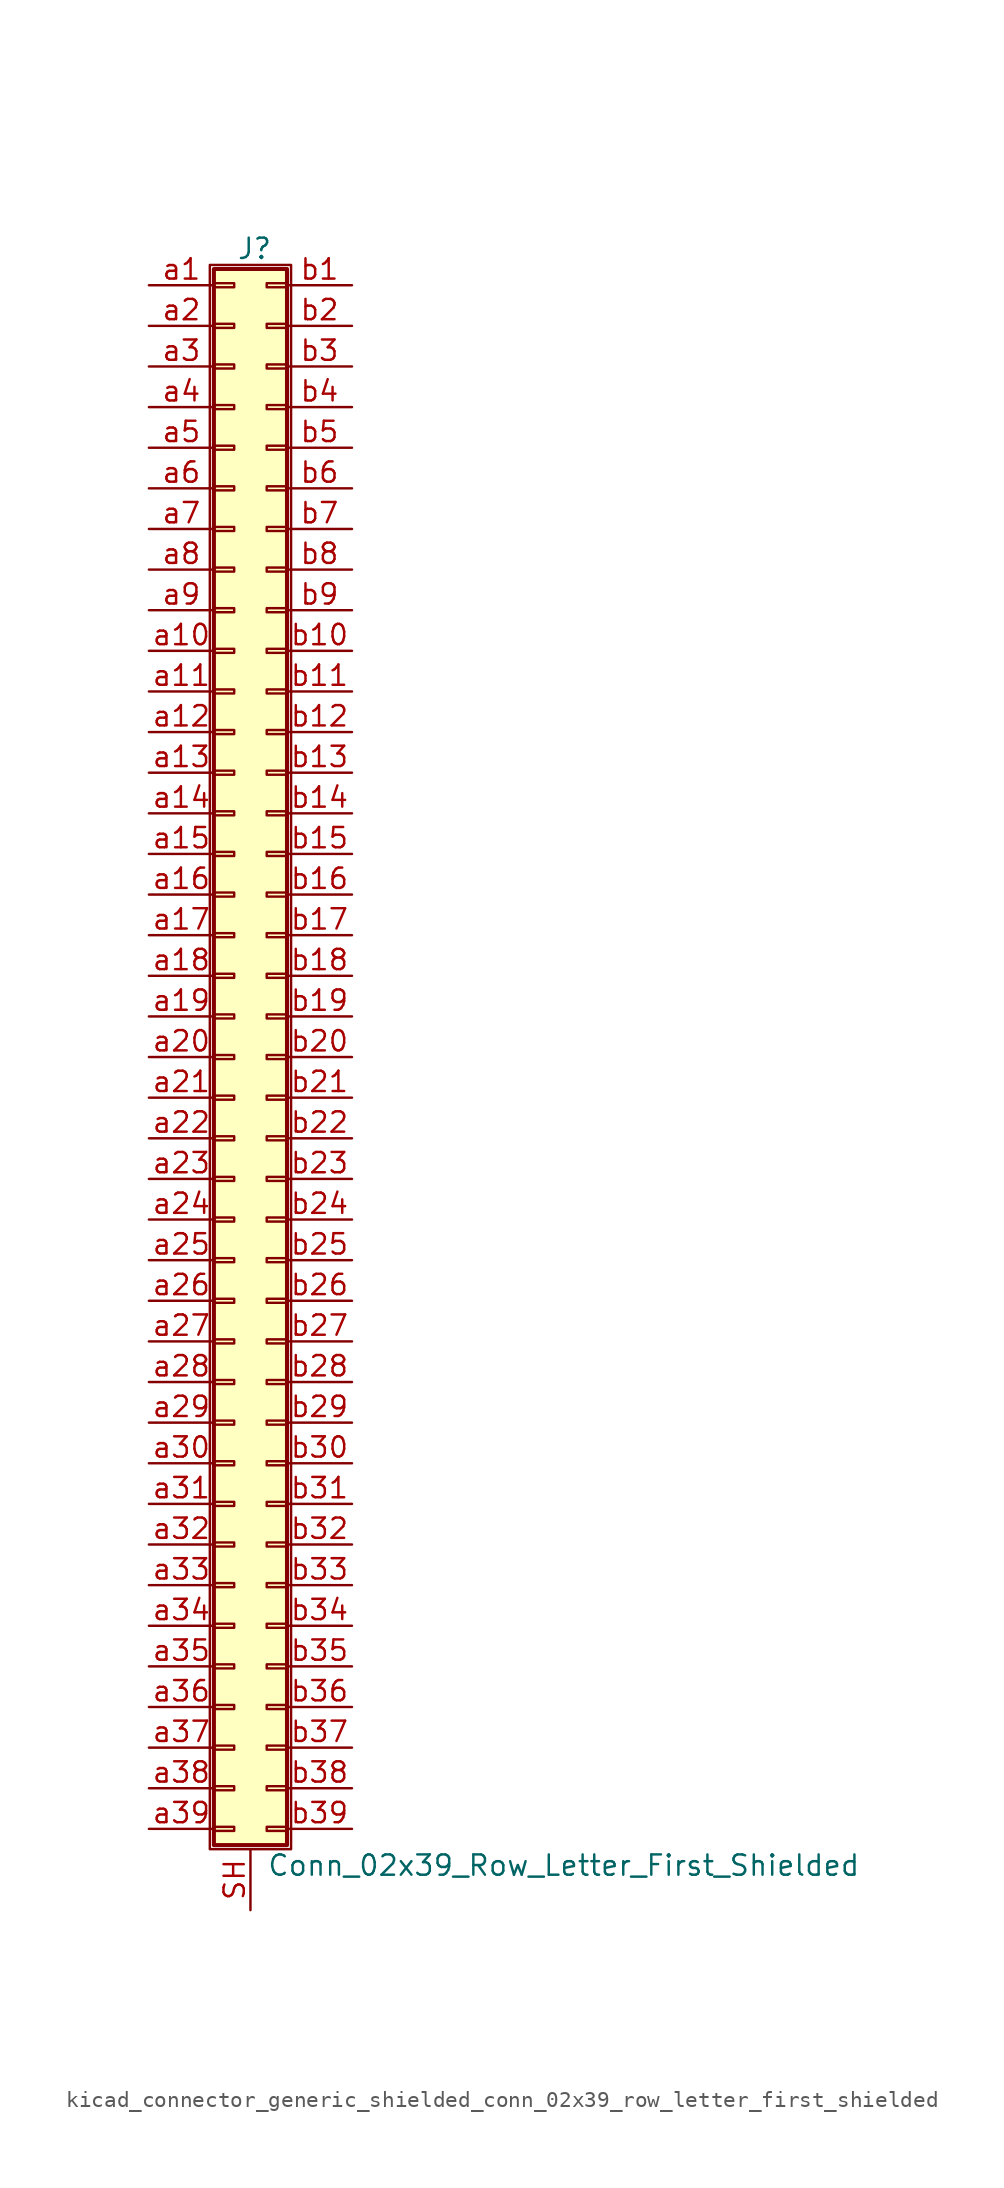
<source format=kicad_sym>
(kicad_symbol_lib
  (version 20220914)
  (generator kicad_symbol_editor)
  (symbol "kicad_connector_generic_shielded_conn_02x39_row_letter_first_shielded"
    (pin_names
      (offset 1.016) hide)
    (property "Reference" "J"
      (at 1.524 50.546 0)
      (effects (font (size 1.27 1.27))))
    (property "Value" "Conn_02x39_Row_Letter_First_Shielded"
      (at 2.286 -50.546 0)
      (effects (font (size 1.27 1.27)) (justify left)))
    (symbol "kicad_connector_generic_shielded_conn_02x39_row_letter_first_shielded_1_1"
      (rectangle (start -1.27 49.53) (end 3.81 -49.53) (stroke (width 0.152) (type default)) (fill (type none)))
      (rectangle (start -1.016 -48.133) (end 0.254 -48.387) (stroke (width 0.152) (type default)) (fill (type none)))
      (rectangle (start -1.016 -45.593) (end 0.254 -45.847) (stroke (width 0.152) (type default)) (fill (type none)))
      (rectangle (start -1.016 -43.053) (end 0.254 -43.307) (stroke (width 0.152) (type default)) (fill (type none)))
      (rectangle (start -1.016 -40.513) (end 0.254 -40.767) (stroke (width 0.152) (type default)) (fill (type none)))
      (rectangle (start -1.016 -37.973) (end 0.254 -38.227) (stroke (width 0.152) (type default)) (fill (type none)))
      (rectangle (start -1.016 -35.433) (end 0.254 -35.687) (stroke (width 0.152) (type default)) (fill (type none)))
      (rectangle (start -1.016 -32.893) (end 0.254 -33.147) (stroke (width 0.152) (type default)) (fill (type none)))
      (rectangle (start -1.016 -30.353) (end 0.254 -30.607) (stroke (width 0.152) (type default)) (fill (type none)))
      (rectangle (start -1.016 -27.813) (end 0.254 -28.067) (stroke (width 0.152) (type default)) (fill (type none)))
      (rectangle (start -1.016 -25.273) (end 0.254 -25.527) (stroke (width 0.152) (type default)) (fill (type none)))
      (rectangle (start -1.016 -22.733) (end 0.254 -22.987) (stroke (width 0.152) (type default)) (fill (type none)))
      (rectangle (start -1.016 -20.193) (end 0.254 -20.447) (stroke (width 0.152) (type default)) (fill (type none)))
      (rectangle (start -1.016 -17.653) (end 0.254 -17.907) (stroke (width 0.152) (type default)) (fill (type none)))
      (rectangle (start -1.016 -15.113) (end 0.254 -15.367) (stroke (width 0.152) (type default)) (fill (type none)))
      (rectangle (start -1.016 -12.573) (end 0.254 -12.827) (stroke (width 0.152) (type default)) (fill (type none)))
      (rectangle (start -1.016 -10.033) (end 0.254 -10.287) (stroke (width 0.152) (type default)) (fill (type none)))
      (rectangle (start -1.016 -7.493) (end 0.254 -7.747) (stroke (width 0.152) (type default)) (fill (type none)))
      (rectangle (start -1.016 -4.953) (end 0.254 -5.207) (stroke (width 0.152) (type default)) (fill (type none)))
      (rectangle (start -1.016 -2.413) (end 0.254 -2.667) (stroke (width 0.152) (type default)) (fill (type none)))
      (rectangle (start -1.016 0.127) (end 0.254 -0.127) (stroke (width 0.152) (type default)) (fill (type none)))
      (rectangle (start -1.016 2.667) (end 0.254 2.413) (stroke (width 0.152) (type default)) (fill (type none)))
      (rectangle (start -1.016 5.207) (end 0.254 4.953) (stroke (width 0.152) (type default)) (fill (type none)))
      (rectangle (start -1.016 7.747) (end 0.254 7.493) (stroke (width 0.152) (type default)) (fill (type none)))
      (rectangle (start -1.016 10.287) (end 0.254 10.033) (stroke (width 0.152) (type default)) (fill (type none)))
      (rectangle (start -1.016 12.827) (end 0.254 12.573) (stroke (width 0.152) (type default)) (fill (type none)))
      (rectangle (start -1.016 15.367) (end 0.254 15.113) (stroke (width 0.152) (type default)) (fill (type none)))
      (rectangle (start -1.016 17.907) (end 0.254 17.653) (stroke (width 0.152) (type default)) (fill (type none)))
      (rectangle (start -1.016 20.447) (end 0.254 20.193) (stroke (width 0.152) (type default)) (fill (type none)))
      (rectangle (start -1.016 22.987) (end 0.254 22.733) (stroke (width 0.152) (type default)) (fill (type none)))
      (rectangle (start -1.016 25.527) (end 0.254 25.273) (stroke (width 0.152) (type default)) (fill (type none)))
      (rectangle (start -1.016 28.067) (end 0.254 27.813) (stroke (width 0.152) (type default)) (fill (type none)))
      (rectangle (start -1.016 30.607) (end 0.254 30.353) (stroke (width 0.152) (type default)) (fill (type none)))
      (rectangle (start -1.016 33.147) (end 0.254 32.893) (stroke (width 0.152) (type default)) (fill (type none)))
      (rectangle (start -1.016 35.687) (end 0.254 35.433) (stroke (width 0.152) (type default)) (fill (type none)))
      (rectangle (start -1.016 38.227) (end 0.254 37.973) (stroke (width 0.152) (type default)) (fill (type none)))
      (rectangle (start -1.016 40.767) (end 0.254 40.513) (stroke (width 0.152) (type default)) (fill (type none)))
      (rectangle (start -1.016 43.307) (end 0.254 43.053) (stroke (width 0.152) (type default)) (fill (type none)))
      (rectangle (start -1.016 45.847) (end 0.254 45.593) (stroke (width 0.152) (type default)) (fill (type none)))
      (rectangle (start -1.016 48.387) (end 0.254 48.133) (stroke (width 0.152) (type default)) (fill (type none)))
      (rectangle (start -1.016 49.276) (end 3.556 -49.276) (stroke (width 0.254) (type default)) (fill (type background)))
      (rectangle (start 3.556 -48.133) (end 2.286 -48.387) (stroke (width 0.152) (type default)) (fill (type none)))
      (rectangle (start 3.556 -45.593) (end 2.286 -45.847) (stroke (width 0.152) (type default)) (fill (type none)))
      (rectangle (start 3.556 -43.053) (end 2.286 -43.307) (stroke (width 0.152) (type default)) (fill (type none)))
      (rectangle (start 3.556 -40.513) (end 2.286 -40.767) (stroke (width 0.152) (type default)) (fill (type none)))
      (rectangle (start 3.556 -37.973) (end 2.286 -38.227) (stroke (width 0.152) (type default)) (fill (type none)))
      (rectangle (start 3.556 -35.433) (end 2.286 -35.687) (stroke (width 0.152) (type default)) (fill (type none)))
      (rectangle (start 3.556 -32.893) (end 2.286 -33.147) (stroke (width 0.152) (type default)) (fill (type none)))
      (rectangle (start 3.556 -30.353) (end 2.286 -30.607) (stroke (width 0.152) (type default)) (fill (type none)))
      (rectangle (start 3.556 -27.813) (end 2.286 -28.067) (stroke (width 0.152) (type default)) (fill (type none)))
      (rectangle (start 3.556 -25.273) (end 2.286 -25.527) (stroke (width 0.152) (type default)) (fill (type none)))
      (rectangle (start 3.556 -22.733) (end 2.286 -22.987) (stroke (width 0.152) (type default)) (fill (type none)))
      (rectangle (start 3.556 -20.193) (end 2.286 -20.447) (stroke (width 0.152) (type default)) (fill (type none)))
      (rectangle (start 3.556 -17.653) (end 2.286 -17.907) (stroke (width 0.152) (type default)) (fill (type none)))
      (rectangle (start 3.556 -15.113) (end 2.286 -15.367) (stroke (width 0.152) (type default)) (fill (type none)))
      (rectangle (start 3.556 -12.573) (end 2.286 -12.827) (stroke (width 0.152) (type default)) (fill (type none)))
      (rectangle (start 3.556 -10.033) (end 2.286 -10.287) (stroke (width 0.152) (type default)) (fill (type none)))
      (rectangle (start 3.556 -7.493) (end 2.286 -7.747) (stroke (width 0.152) (type default)) (fill (type none)))
      (rectangle (start 3.556 -4.953) (end 2.286 -5.207) (stroke (width 0.152) (type default)) (fill (type none)))
      (rectangle (start 3.556 -2.413) (end 2.286 -2.667) (stroke (width 0.152) (type default)) (fill (type none)))
      (rectangle (start 3.556 0.127) (end 2.286 -0.127) (stroke (width 0.152) (type default)) (fill (type none)))
      (rectangle (start 3.556 2.667) (end 2.286 2.413) (stroke (width 0.152) (type default)) (fill (type none)))
      (rectangle (start 3.556 5.207) (end 2.286 4.953) (stroke (width 0.152) (type default)) (fill (type none)))
      (rectangle (start 3.556 7.747) (end 2.286 7.493) (stroke (width 0.152) (type default)) (fill (type none)))
      (rectangle (start 3.556 10.287) (end 2.286 10.033) (stroke (width 0.152) (type default)) (fill (type none)))
      (rectangle (start 3.556 12.827) (end 2.286 12.573) (stroke (width 0.152) (type default)) (fill (type none)))
      (rectangle (start 3.556 15.367) (end 2.286 15.113) (stroke (width 0.152) (type default)) (fill (type none)))
      (rectangle (start 3.556 17.907) (end 2.286 17.653) (stroke (width 0.152) (type default)) (fill (type none)))
      (rectangle (start 3.556 20.447) (end 2.286 20.193) (stroke (width 0.152) (type default)) (fill (type none)))
      (rectangle (start 3.556 22.987) (end 2.286 22.733) (stroke (width 0.152) (type default)) (fill (type none)))
      (rectangle (start 3.556 25.527) (end 2.286 25.273) (stroke (width 0.152) (type default)) (fill (type none)))
      (rectangle (start 3.556 28.067) (end 2.286 27.813) (stroke (width 0.152) (type default)) (fill (type none)))
      (rectangle (start 3.556 30.607) (end 2.286 30.353) (stroke (width 0.152) (type default)) (fill (type none)))
      (rectangle (start 3.556 33.147) (end 2.286 32.893) (stroke (width 0.152) (type default)) (fill (type none)))
      (rectangle (start 3.556 35.687) (end 2.286 35.433) (stroke (width 0.152) (type default)) (fill (type none)))
      (rectangle (start 3.556 38.227) (end 2.286 37.973) (stroke (width 0.152) (type default)) (fill (type none)))
      (rectangle (start 3.556 40.767) (end 2.286 40.513) (stroke (width 0.152) (type default)) (fill (type none)))
      (rectangle (start 3.556 43.307) (end 2.286 43.053) (stroke (width 0.152) (type default)) (fill (type none)))
      (rectangle (start 3.556 45.847) (end 2.286 45.593) (stroke (width 0.152) (type default)) (fill (type none)))
      (rectangle (start 3.556 48.387) (end 2.286 48.133) (stroke (width 0.152) (type default)) (fill (type none)))
      (pin passive line (at 1.27 -53.34 90) (length 3.81) (name "Shield" (effects (font (size 1.27 1.27)))) (number "SH" (effects (font (size 1.27 1.27)))))
      (pin passive line (at -5.08 48.26 0) (length 4.064) (name "Pin_a1" (effects (font (size 1.27 1.27)))) (number "a1" (effects (font (size 1.27 1.27)))))
      (pin passive line (at -5.08 25.4 0) (length 4.064) (name "Pin_a10" (effects (font (size 1.27 1.27)))) (number "a10" (effects (font (size 1.27 1.27)))))
      (pin passive line (at -5.08 22.86 0) (length 4.064) (name "Pin_a11" (effects (font (size 1.27 1.27)))) (number "a11" (effects (font (size 1.27 1.27)))))
      (pin passive line (at -5.08 20.32 0) (length 4.064) (name "Pin_a12" (effects (font (size 1.27 1.27)))) (number "a12" (effects (font (size 1.27 1.27)))))
      (pin passive line (at -5.08 17.78 0) (length 4.064) (name "Pin_a13" (effects (font (size 1.27 1.27)))) (number "a13" (effects (font (size 1.27 1.27)))))
      (pin passive line (at -5.08 15.24 0) (length 4.064) (name "Pin_a14" (effects (font (size 1.27 1.27)))) (number "a14" (effects (font (size 1.27 1.27)))))
      (pin passive line (at -5.08 12.7 0) (length 4.064) (name "Pin_a15" (effects (font (size 1.27 1.27)))) (number "a15" (effects (font (size 1.27 1.27)))))
      (pin passive line (at -5.08 10.16 0) (length 4.064) (name "Pin_a16" (effects (font (size 1.27 1.27)))) (number "a16" (effects (font (size 1.27 1.27)))))
      (pin passive line (at -5.08 7.62 0) (length 4.064) (name "Pin_a17" (effects (font (size 1.27 1.27)))) (number "a17" (effects (font (size 1.27 1.27)))))
      (pin passive line (at -5.08 5.08 0) (length 4.064) (name "Pin_a18" (effects (font (size 1.27 1.27)))) (number "a18" (effects (font (size 1.27 1.27)))))
      (pin passive line (at -5.08 2.54 0) (length 4.064) (name "Pin_a19" (effects (font (size 1.27 1.27)))) (number "a19" (effects (font (size 1.27 1.27)))))
      (pin passive line (at -5.08 45.72 0) (length 4.064) (name "Pin_a2" (effects (font (size 1.27 1.27)))) (number "a2" (effects (font (size 1.27 1.27)))))
      (pin passive line (at -5.08 0 0) (length 4.064) (name "Pin_a20" (effects (font (size 1.27 1.27)))) (number "a20" (effects (font (size 1.27 1.27)))))
      (pin passive line (at -5.08 -2.54 0) (length 4.064) (name "Pin_a21" (effects (font (size 1.27 1.27)))) (number "a21" (effects (font (size 1.27 1.27)))))
      (pin passive line (at -5.08 -5.08 0) (length 4.064) (name "Pin_a22" (effects (font (size 1.27 1.27)))) (number "a22" (effects (font (size 1.27 1.27)))))
      (pin passive line (at -5.08 -7.62 0) (length 4.064) (name "Pin_a23" (effects (font (size 1.27 1.27)))) (number "a23" (effects (font (size 1.27 1.27)))))
      (pin passive line (at -5.08 -10.16 0) (length 4.064) (name "Pin_a24" (effects (font (size 1.27 1.27)))) (number "a24" (effects (font (size 1.27 1.27)))))
      (pin passive line (at -5.08 -12.7 0) (length 4.064) (name "Pin_a25" (effects (font (size 1.27 1.27)))) (number "a25" (effects (font (size 1.27 1.27)))))
      (pin passive line (at -5.08 -15.24 0) (length 4.064) (name "Pin_a26" (effects (font (size 1.27 1.27)))) (number "a26" (effects (font (size 1.27 1.27)))))
      (pin passive line (at -5.08 -17.78 0) (length 4.064) (name "Pin_a27" (effects (font (size 1.27 1.27)))) (number "a27" (effects (font (size 1.27 1.27)))))
      (pin passive line (at -5.08 -20.32 0) (length 4.064) (name "Pin_a28" (effects (font (size 1.27 1.27)))) (number "a28" (effects (font (size 1.27 1.27)))))
      (pin passive line (at -5.08 -22.86 0) (length 4.064) (name "Pin_a29" (effects (font (size 1.27 1.27)))) (number "a29" (effects (font (size 1.27 1.27)))))
      (pin passive line (at -5.08 43.18 0) (length 4.064) (name "Pin_a3" (effects (font (size 1.27 1.27)))) (number "a3" (effects (font (size 1.27 1.27)))))
      (pin passive line (at -5.08 -25.4 0) (length 4.064) (name "Pin_a30" (effects (font (size 1.27 1.27)))) (number "a30" (effects (font (size 1.27 1.27)))))
      (pin passive line (at -5.08 -27.94 0) (length 4.064) (name "Pin_a31" (effects (font (size 1.27 1.27)))) (number "a31" (effects (font (size 1.27 1.27)))))
      (pin passive line (at -5.08 -30.48 0) (length 4.064) (name "Pin_a32" (effects (font (size 1.27 1.27)))) (number "a32" (effects (font (size 1.27 1.27)))))
      (pin passive line (at -5.08 -33.02 0) (length 4.064) (name "Pin_a33" (effects (font (size 1.27 1.27)))) (number "a33" (effects (font (size 1.27 1.27)))))
      (pin passive line (at -5.08 -35.56 0) (length 4.064) (name "Pin_a34" (effects (font (size 1.27 1.27)))) (number "a34" (effects (font (size 1.27 1.27)))))
      (pin passive line (at -5.08 -38.1 0) (length 4.064) (name "Pin_a35" (effects (font (size 1.27 1.27)))) (number "a35" (effects (font (size 1.27 1.27)))))
      (pin passive line (at -5.08 -40.64 0) (length 4.064) (name "Pin_a36" (effects (font (size 1.27 1.27)))) (number "a36" (effects (font (size 1.27 1.27)))))
      (pin passive line (at -5.08 -43.18 0) (length 4.064) (name "Pin_a37" (effects (font (size 1.27 1.27)))) (number "a37" (effects (font (size 1.27 1.27)))))
      (pin passive line (at -5.08 -45.72 0) (length 4.064) (name "Pin_a38" (effects (font (size 1.27 1.27)))) (number "a38" (effects (font (size 1.27 1.27)))))
      (pin passive line (at -5.08 -48.26 0) (length 4.064) (name "Pin_a39" (effects (font (size 1.27 1.27)))) (number "a39" (effects (font (size 1.27 1.27)))))
      (pin passive line (at -5.08 40.64 0) (length 4.064) (name "Pin_a4" (effects (font (size 1.27 1.27)))) (number "a4" (effects (font (size 1.27 1.27)))))
      (pin passive line (at -5.08 38.1 0) (length 4.064) (name "Pin_a5" (effects (font (size 1.27 1.27)))) (number "a5" (effects (font (size 1.27 1.27)))))
      (pin passive line (at -5.08 35.56 0) (length 4.064) (name "Pin_a6" (effects (font (size 1.27 1.27)))) (number "a6" (effects (font (size 1.27 1.27)))))
      (pin passive line (at -5.08 33.02 0) (length 4.064) (name "Pin_a7" (effects (font (size 1.27 1.27)))) (number "a7" (effects (font (size 1.27 1.27)))))
      (pin passive line (at -5.08 30.48 0) (length 4.064) (name "Pin_a8" (effects (font (size 1.27 1.27)))) (number "a8" (effects (font (size 1.27 1.27)))))
      (pin passive line (at -5.08 27.94 0) (length 4.064) (name "Pin_a9" (effects (font (size 1.27 1.27)))) (number "a9" (effects (font (size 1.27 1.27)))))
      (pin passive line (at 7.62 48.26 180) (length 4.064) (name "Pin_b1" (effects (font (size 1.27 1.27)))) (number "b1" (effects (font (size 1.27 1.27)))))
      (pin passive line (at 7.62 25.4 180) (length 4.064) (name "Pin_b10" (effects (font (size 1.27 1.27)))) (number "b10" (effects (font (size 1.27 1.27)))))
      (pin passive line (at 7.62 22.86 180) (length 4.064) (name "Pin_b11" (effects (font (size 1.27 1.27)))) (number "b11" (effects (font (size 1.27 1.27)))))
      (pin passive line (at 7.62 20.32 180) (length 4.064) (name "Pin_b12" (effects (font (size 1.27 1.27)))) (number "b12" (effects (font (size 1.27 1.27)))))
      (pin passive line (at 7.62 17.78 180) (length 4.064) (name "Pin_b13" (effects (font (size 1.27 1.27)))) (number "b13" (effects (font (size 1.27 1.27)))))
      (pin passive line (at 7.62 15.24 180) (length 4.064) (name "Pin_b14" (effects (font (size 1.27 1.27)))) (number "b14" (effects (font (size 1.27 1.27)))))
      (pin passive line (at 7.62 12.7 180) (length 4.064) (name "Pin_b15" (effects (font (size 1.27 1.27)))) (number "b15" (effects (font (size 1.27 1.27)))))
      (pin passive line (at 7.62 10.16 180) (length 4.064) (name "Pin_b16" (effects (font (size 1.27 1.27)))) (number "b16" (effects (font (size 1.27 1.27)))))
      (pin passive line (at 7.62 7.62 180) (length 4.064) (name "Pin_b17" (effects (font (size 1.27 1.27)))) (number "b17" (effects (font (size 1.27 1.27)))))
      (pin passive line (at 7.62 5.08 180) (length 4.064) (name "Pin_b18" (effects (font (size 1.27 1.27)))) (number "b18" (effects (font (size 1.27 1.27)))))
      (pin passive line (at 7.62 2.54 180) (length 4.064) (name "Pin_b19" (effects (font (size 1.27 1.27)))) (number "b19" (effects (font (size 1.27 1.27)))))
      (pin passive line (at 7.62 45.72 180) (length 4.064) (name "Pin_b2" (effects (font (size 1.27 1.27)))) (number "b2" (effects (font (size 1.27 1.27)))))
      (pin passive line (at 7.62 0 180) (length 4.064) (name "Pin_b20" (effects (font (size 1.27 1.27)))) (number "b20" (effects (font (size 1.27 1.27)))))
      (pin passive line (at 7.62 -2.54 180) (length 4.064) (name "Pin_b21" (effects (font (size 1.27 1.27)))) (number "b21" (effects (font (size 1.27 1.27)))))
      (pin passive line (at 7.62 -5.08 180) (length 4.064) (name "Pin_b22" (effects (font (size 1.27 1.27)))) (number "b22" (effects (font (size 1.27 1.27)))))
      (pin passive line (at 7.62 -7.62 180) (length 4.064) (name "Pin_b23" (effects (font (size 1.27 1.27)))) (number "b23" (effects (font (size 1.27 1.27)))))
      (pin passive line (at 7.62 -10.16 180) (length 4.064) (name "Pin_b24" (effects (font (size 1.27 1.27)))) (number "b24" (effects (font (size 1.27 1.27)))))
      (pin passive line (at 7.62 -12.7 180) (length 4.064) (name "Pin_b25" (effects (font (size 1.27 1.27)))) (number "b25" (effects (font (size 1.27 1.27)))))
      (pin passive line (at 7.62 -15.24 180) (length 4.064) (name "Pin_b26" (effects (font (size 1.27 1.27)))) (number "b26" (effects (font (size 1.27 1.27)))))
      (pin passive line (at 7.62 -17.78 180) (length 4.064) (name "Pin_b27" (effects (font (size 1.27 1.27)))) (number "b27" (effects (font (size 1.27 1.27)))))
      (pin passive line (at 7.62 -20.32 180) (length 4.064) (name "Pin_b28" (effects (font (size 1.27 1.27)))) (number "b28" (effects (font (size 1.27 1.27)))))
      (pin passive line (at 7.62 -22.86 180) (length 4.064) (name "Pin_b29" (effects (font (size 1.27 1.27)))) (number "b29" (effects (font (size 1.27 1.27)))))
      (pin passive line (at 7.62 43.18 180) (length 4.064) (name "Pin_b3" (effects (font (size 1.27 1.27)))) (number "b3" (effects (font (size 1.27 1.27)))))
      (pin passive line (at 7.62 -25.4 180) (length 4.064) (name "Pin_b30" (effects (font (size 1.27 1.27)))) (number "b30" (effects (font (size 1.27 1.27)))))
      (pin passive line (at 7.62 -27.94 180) (length 4.064) (name "Pin_b31" (effects (font (size 1.27 1.27)))) (number "b31" (effects (font (size 1.27 1.27)))))
      (pin passive line (at 7.62 -30.48 180) (length 4.064) (name "Pin_b32" (effects (font (size 1.27 1.27)))) (number "b32" (effects (font (size 1.27 1.27)))))
      (pin passive line (at 7.62 -33.02 180) (length 4.064) (name "Pin_b33" (effects (font (size 1.27 1.27)))) (number "b33" (effects (font (size 1.27 1.27)))))
      (pin passive line (at 7.62 -35.56 180) (length 4.064) (name "Pin_b34" (effects (font (size 1.27 1.27)))) (number "b34" (effects (font (size 1.27 1.27)))))
      (pin passive line (at 7.62 -38.1 180) (length 4.064) (name "Pin_b35" (effects (font (size 1.27 1.27)))) (number "b35" (effects (font (size 1.27 1.27)))))
      (pin passive line (at 7.62 -40.64 180) (length 4.064) (name "Pin_b36" (effects (font (size 1.27 1.27)))) (number "b36" (effects (font (size 1.27 1.27)))))
      (pin passive line (at 7.62 -43.18 180) (length 4.064) (name "Pin_b37" (effects (font (size 1.27 1.27)))) (number "b37" (effects (font (size 1.27 1.27)))))
      (pin passive line (at 7.62 -45.72 180) (length 4.064) (name "Pin_b38" (effects (font (size 1.27 1.27)))) (number "b38" (effects (font (size 1.27 1.27)))))
      (pin passive line (at 7.62 -48.26 180) (length 4.064) (name "Pin_b39" (effects (font (size 1.27 1.27)))) (number "b39" (effects (font (size 1.27 1.27)))))
      (pin passive line (at 7.62 40.64 180) (length 4.064) (name "Pin_b4" (effects (font (size 1.27 1.27)))) (number "b4" (effects (font (size 1.27 1.27)))))
      (pin passive line (at 7.62 38.1 180) (length 4.064) (name "Pin_b5" (effects (font (size 1.27 1.27)))) (number "b5" (effects (font (size 1.27 1.27)))))
      (pin passive line (at 7.62 35.56 180) (length 4.064) (name "Pin_b6" (effects (font (size 1.27 1.27)))) (number "b6" (effects (font (size 1.27 1.27)))))
      (pin passive line (at 7.62 33.02 180) (length 4.064) (name "Pin_b7" (effects (font (size 1.27 1.27)))) (number "b7" (effects (font (size 1.27 1.27)))))
      (pin passive line (at 7.62 30.48 180) (length 4.064) (name "Pin_b8" (effects (font (size 1.27 1.27)))) (number "b8" (effects (font (size 1.27 1.27)))))
      (pin passive line (at 7.62 27.94 180) (length 4.064) (name "Pin_b9" (effects (font (size 1.27 1.27)))) (number "b9" (effects (font (size 1.27 1.27))))))))
</source>
